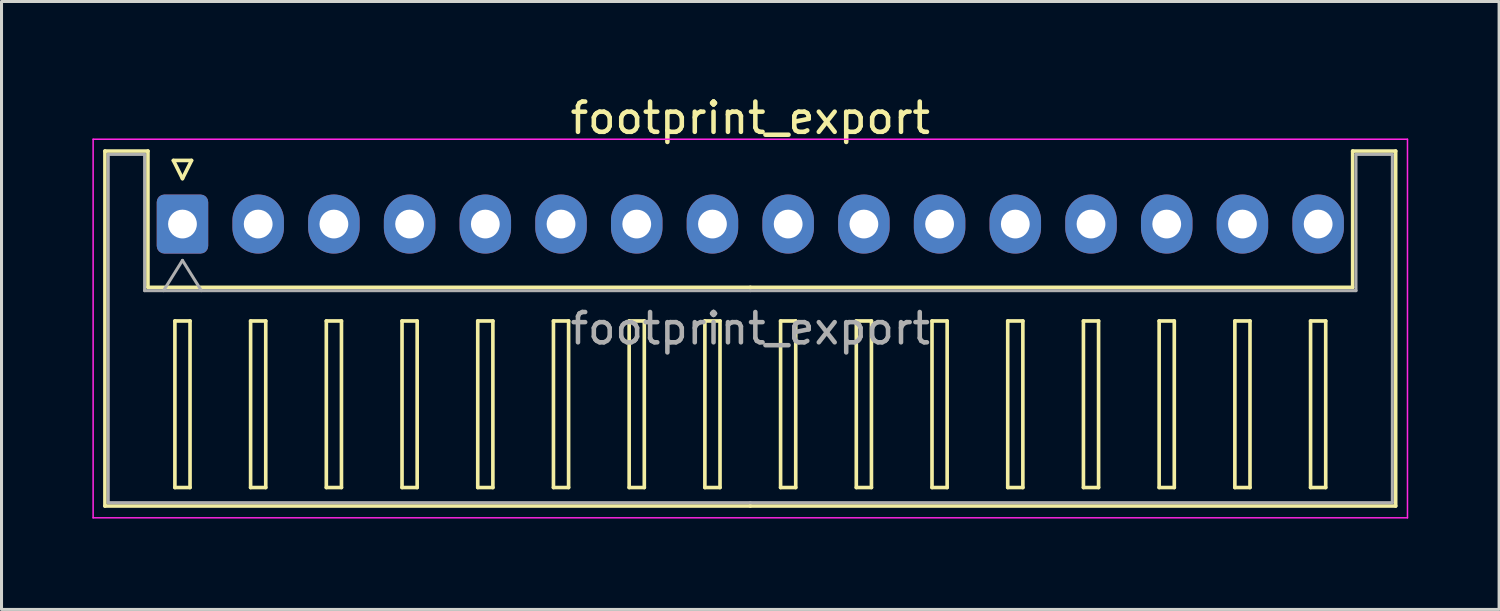
<source format=kicad_pcb>
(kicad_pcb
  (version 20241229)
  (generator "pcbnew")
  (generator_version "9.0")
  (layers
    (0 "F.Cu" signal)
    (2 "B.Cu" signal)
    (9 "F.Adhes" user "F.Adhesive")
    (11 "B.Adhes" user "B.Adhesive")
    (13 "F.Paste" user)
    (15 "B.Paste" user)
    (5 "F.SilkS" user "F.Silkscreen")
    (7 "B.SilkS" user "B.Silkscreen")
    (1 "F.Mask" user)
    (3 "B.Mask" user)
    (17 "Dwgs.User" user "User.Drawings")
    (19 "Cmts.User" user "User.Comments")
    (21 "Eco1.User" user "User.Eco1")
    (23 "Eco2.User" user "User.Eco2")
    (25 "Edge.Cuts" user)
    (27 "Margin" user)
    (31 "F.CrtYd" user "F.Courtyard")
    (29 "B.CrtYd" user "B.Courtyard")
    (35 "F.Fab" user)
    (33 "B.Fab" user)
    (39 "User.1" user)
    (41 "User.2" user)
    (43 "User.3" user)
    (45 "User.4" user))
  (footprint "footprint_export"
    (layer "F.Cu")
    (at 2.975 4.348)
    (property "Reference" "footprint_export" (at 18.75 -3.5 0) (layer "F.SilkS") (effects (font (size 1 1) (thickness 0.15))))
    (attr through_hole)
    (fp_line (start -2.56 -2.41) (end -1.14 -2.41) (stroke (width 0.12) (type solid)) (layer "F.SilkS"))
    (fp_line (start -2.56 9.31) (end -2.56 -2.41) (stroke (width 0.12) (type solid)) (layer "F.SilkS"))
    (fp_line (start -1.14 -2.41) (end -1.14 2.09) (stroke (width 0.12) (type solid)) (layer "F.SilkS"))
    (fp_line (start -1.14 2.09) (end 18.75 2.09) (stroke (width 0.12) (type solid)) (layer "F.SilkS"))
    (fp_line (start -0.3 -2.1) (end 0.3 -2.1) (stroke (width 0.12) (type solid)) (layer "F.SilkS"))
    (fp_line (start -0.25 3.2) (end -0.25 8.7) (stroke (width 0.12) (type solid)) (layer "F.SilkS"))
    (fp_line (start -0.25 8.7) (end 0.25 8.7) (stroke (width 0.12) (type solid)) (layer "F.SilkS"))
    (fp_line (start 0 -1.5) (end -0.3 -2.1) (stroke (width 0.12) (type solid)) (layer "F.SilkS"))
    (fp_line (start 0.25 3.2) (end -0.25 3.2) (stroke (width 0.12) (type solid)) (layer "F.SilkS"))
    (fp_line (start 0.25 8.7) (end 0.25 3.2) (stroke (width 0.12) (type solid)) (layer "F.SilkS"))
    (fp_line (start 0.3 -2.1) (end 0 -1.5) (stroke (width 0.12) (type solid)) (layer "F.SilkS"))
    (fp_line (start 2.25 3.2) (end 2.25 8.7) (stroke (width 0.12) (type solid)) (layer "F.SilkS"))
    (fp_line (start 2.25 8.7) (end 2.75 8.7) (stroke (width 0.12) (type solid)) (layer "F.SilkS"))
    (fp_line (start 2.75 3.2) (end 2.25 3.2) (stroke (width 0.12) (type solid)) (layer "F.SilkS"))
    (fp_line (start 2.75 8.7) (end 2.75 3.2) (stroke (width 0.12) (type solid)) (layer "F.SilkS"))
    (fp_line (start 4.75 3.2) (end 4.75 8.7) (stroke (width 0.12) (type solid)) (layer "F.SilkS"))
    (fp_line (start 4.75 8.7) (end 5.25 8.7) (stroke (width 0.12) (type solid)) (layer "F.SilkS"))
    (fp_line (start 5.25 3.2) (end 4.75 3.2) (stroke (width 0.12) (type solid)) (layer "F.SilkS"))
    (fp_line (start 5.25 8.7) (end 5.25 3.2) (stroke (width 0.12) (type solid)) (layer "F.SilkS"))
    (fp_line (start 7.25 3.2) (end 7.25 8.7) (stroke (width 0.12) (type solid)) (layer "F.SilkS"))
    (fp_line (start 7.25 8.7) (end 7.75 8.7) (stroke (width 0.12) (type solid)) (layer "F.SilkS"))
    (fp_line (start 7.75 3.2) (end 7.25 3.2) (stroke (width 0.12) (type solid)) (layer "F.SilkS"))
    (fp_line (start 7.75 8.7) (end 7.75 3.2) (stroke (width 0.12) (type solid)) (layer "F.SilkS"))
    (fp_line (start 9.75 3.2) (end 9.75 8.7) (stroke (width 0.12) (type solid)) (layer "F.SilkS"))
    (fp_line (start 9.75 8.7) (end 10.25 8.7) (stroke (width 0.12) (type solid)) (layer "F.SilkS"))
    (fp_line (start 10.25 3.2) (end 9.75 3.2) (stroke (width 0.12) (type solid)) (layer "F.SilkS"))
    (fp_line (start 10.25 8.7) (end 10.25 3.2) (stroke (width 0.12) (type solid)) (layer "F.SilkS"))
    (fp_line (start 12.25 3.2) (end 12.25 8.7) (stroke (width 0.12) (type solid)) (layer "F.SilkS"))
    (fp_line (start 12.25 8.7) (end 12.75 8.7) (stroke (width 0.12) (type solid)) (layer "F.SilkS"))
    (fp_line (start 12.75 3.2) (end 12.25 3.2) (stroke (width 0.12) (type solid)) (layer "F.SilkS"))
    (fp_line (start 12.75 8.7) (end 12.75 3.2) (stroke (width 0.12) (type solid)) (layer "F.SilkS"))
    (fp_line (start 14.75 3.2) (end 14.75 8.7) (stroke (width 0.12) (type solid)) (layer "F.SilkS"))
    (fp_line (start 14.75 8.7) (end 15.25 8.7) (stroke (width 0.12) (type solid)) (layer "F.SilkS"))
    (fp_line (start 15.25 3.2) (end 14.75 3.2) (stroke (width 0.12) (type solid)) (layer "F.SilkS"))
    (fp_line (start 15.25 8.7) (end 15.25 3.2) (stroke (width 0.12) (type solid)) (layer "F.SilkS"))
    (fp_line (start 17.25 3.2) (end 17.25 8.7) (stroke (width 0.12) (type solid)) (layer "F.SilkS"))
    (fp_line (start 17.25 8.7) (end 17.75 8.7) (stroke (width 0.12) (type solid)) (layer "F.SilkS"))
    (fp_line (start 17.75 3.2) (end 17.25 3.2) (stroke (width 0.12) (type solid)) (layer "F.SilkS"))
    (fp_line (start 17.75 8.7) (end 17.75 3.2) (stroke (width 0.12) (type solid)) (layer "F.SilkS"))
    (fp_line (start 18.75 9.31) (end -2.56 9.31) (stroke (width 0.12) (type solid)) (layer "F.SilkS"))
    (fp_line (start 18.75 9.31) (end 40.06 9.31) (stroke (width 0.12) (type solid)) (layer "F.SilkS"))
    (fp_line (start 19.75 3.2) (end 19.75 8.7) (stroke (width 0.12) (type solid)) (layer "F.SilkS"))
    (fp_line (start 19.75 8.7) (end 20.25 8.7) (stroke (width 0.12) (type solid)) (layer "F.SilkS"))
    (fp_line (start 20.25 3.2) (end 19.75 3.2) (stroke (width 0.12) (type solid)) (layer "F.SilkS"))
    (fp_line (start 20.25 8.7) (end 20.25 3.2) (stroke (width 0.12) (type solid)) (layer "F.SilkS"))
    (fp_line (start 22.25 3.2) (end 22.25 8.7) (stroke (width 0.12) (type solid)) (layer "F.SilkS"))
    (fp_line (start 22.25 8.7) (end 22.75 8.7) (stroke (width 0.12) (type solid)) (layer "F.SilkS"))
    (fp_line (start 22.75 3.2) (end 22.25 3.2) (stroke (width 0.12) (type solid)) (layer "F.SilkS"))
    (fp_line (start 22.75 8.7) (end 22.75 3.2) (stroke (width 0.12) (type solid)) (layer "F.SilkS"))
    (fp_line (start 24.75 3.2) (end 24.75 8.7) (stroke (width 0.12) (type solid)) (layer "F.SilkS"))
    (fp_line (start 24.75 8.7) (end 25.25 8.7) (stroke (width 0.12) (type solid)) (layer "F.SilkS"))
    (fp_line (start 25.25 3.2) (end 24.75 3.2) (stroke (width 0.12) (type solid)) (layer "F.SilkS"))
    (fp_line (start 25.25 8.7) (end 25.25 3.2) (stroke (width 0.12) (type solid)) (layer "F.SilkS"))
    (fp_line (start 27.25 3.2) (end 27.25 8.7) (stroke (width 0.12) (type solid)) (layer "F.SilkS"))
    (fp_line (start 27.25 8.7) (end 27.75 8.7) (stroke (width 0.12) (type solid)) (layer "F.SilkS"))
    (fp_line (start 27.75 3.2) (end 27.25 3.2) (stroke (width 0.12) (type solid)) (layer "F.SilkS"))
    (fp_line (start 27.75 8.7) (end 27.75 3.2) (stroke (width 0.12) (type solid)) (layer "F.SilkS"))
    (fp_line (start 29.75 3.2) (end 29.75 8.7) (stroke (width 0.12) (type solid)) (layer "F.SilkS"))
    (fp_line (start 29.75 8.7) (end 30.25 8.7) (stroke (width 0.12) (type solid)) (layer "F.SilkS"))
    (fp_line (start 30.25 3.2) (end 29.75 3.2) (stroke (width 0.12) (type solid)) (layer "F.SilkS"))
    (fp_line (start 30.25 8.7) (end 30.25 3.2) (stroke (width 0.12) (type solid)) (layer "F.SilkS"))
    (fp_line (start 32.25 3.2) (end 32.25 8.7) (stroke (width 0.12) (type solid)) (layer "F.SilkS"))
    (fp_line (start 32.25 8.7) (end 32.75 8.7) (stroke (width 0.12) (type solid)) (layer "F.SilkS"))
    (fp_line (start 32.75 3.2) (end 32.25 3.2) (stroke (width 0.12) (type solid)) (layer "F.SilkS"))
    (fp_line (start 32.75 8.7) (end 32.75 3.2) (stroke (width 0.12) (type solid)) (layer "F.SilkS"))
    (fp_line (start 34.75 3.2) (end 34.75 8.7) (stroke (width 0.12) (type solid)) (layer "F.SilkS"))
    (fp_line (start 34.75 8.7) (end 35.25 8.7) (stroke (width 0.12) (type solid)) (layer "F.SilkS"))
    (fp_line (start 35.25 3.2) (end 34.75 3.2) (stroke (width 0.12) (type solid)) (layer "F.SilkS"))
    (fp_line (start 35.25 8.7) (end 35.25 3.2) (stroke (width 0.12) (type solid)) (layer "F.SilkS"))
    (fp_line (start 37.25 3.2) (end 37.25 8.7) (stroke (width 0.12) (type solid)) (layer "F.SilkS"))
    (fp_line (start 37.25 8.7) (end 37.75 8.7) (stroke (width 0.12) (type solid)) (layer "F.SilkS"))
    (fp_line (start 37.75 3.2) (end 37.25 3.2) (stroke (width 0.12) (type solid)) (layer "F.SilkS"))
    (fp_line (start 37.75 8.7) (end 37.75 3.2) (stroke (width 0.12) (type solid)) (layer "F.SilkS"))
    (fp_line (start 38.64 -2.41) (end 38.64 2.09) (stroke (width 0.12) (type solid)) (layer "F.SilkS"))
    (fp_line (start 38.64 2.09) (end 18.75 2.09) (stroke (width 0.12) (type solid)) (layer "F.SilkS"))
    (fp_line (start 40.06 -2.41) (end 38.64 -2.41) (stroke (width 0.12) (type solid)) (layer "F.SilkS"))
    (fp_line (start 40.06 9.31) (end 40.06 -2.41) (stroke (width 0.12) (type solid)) (layer "F.SilkS"))
    (fp_line (start -2.95 -2.8) (end -2.95 9.7) (stroke (width 0.05) (type solid)) (layer "F.CrtYd"))
    (fp_line (start -2.95 9.7) (end 40.45 9.7) (stroke (width 0.05) (type solid)) (layer "F.CrtYd"))
    (fp_line (start 40.45 -2.8) (end -2.95 -2.8) (stroke (width 0.05) (type solid)) (layer "F.CrtYd"))
    (fp_line (start 40.45 9.7) (end 40.45 -2.8) (stroke (width 0.05) (type solid)) (layer "F.CrtYd"))
    (fp_line (start -2.45 -2.3) (end -1.25 -2.3) (stroke (width 0.1) (type solid)) (layer "F.Fab"))
    (fp_line (start -2.45 9.2) (end -2.45 -2.3) (stroke (width 0.1) (type solid)) (layer "F.Fab"))
    (fp_line (start -1.25 -2.3) (end -1.25 2.2) (stroke (width 0.1) (type solid)) (layer "F.Fab"))
    (fp_line (start -1.25 2.2) (end 18.75 2.2) (stroke (width 0.1) (type solid)) (layer "F.Fab"))
    (fp_line (start -0.625 2.2) (end 0 1.2) (stroke (width 0.1) (type solid)) (layer "F.Fab"))
    (fp_line (start 0 1.2) (end 0.625 2.2) (stroke (width 0.1) (type solid)) (layer "F.Fab"))
    (fp_line (start 18.75 9.2) (end -2.45 9.2) (stroke (width 0.1) (type solid)) (layer "F.Fab"))
    (fp_line (start 18.75 9.2) (end 39.95 9.2) (stroke (width 0.1) (type solid)) (layer "F.Fab"))
    (fp_line (start 38.75 -2.3) (end 38.75 2.2) (stroke (width 0.1) (type solid)) (layer "F.Fab"))
    (fp_line (start 38.75 2.2) (end 18.75 2.2) (stroke (width 0.1) (type solid)) (layer "F.Fab"))
    (fp_line (start 39.95 -2.3) (end 38.75 -2.3) (stroke (width 0.1) (type solid)) (layer "F.Fab"))
    (fp_line (start 39.95 9.2) (end 39.95 -2.3) (stroke (width 0.1) (type solid)) (layer "F.Fab"))
    (fp_text user "${REFERENCE}" (at 18.75 3.45 0) (layer "F.Fab") (effects (font (size 1 1) (thickness 0.15))))
    (pad "1" thru_hole roundrect (at 0 0) (size 1.7 1.95) (drill 0.95) (layers "*.Cu" "*.Mask") (roundrect_rratio 0.147))
    (pad "2" thru_hole oval (at 2.5 0) (size 1.7 1.95) (drill 0.95) (layers "*.Cu" "*.Mask"))
    (pad "3" thru_hole oval (at 5 0) (size 1.7 1.95) (drill 0.95) (layers "*.Cu" "*.Mask"))
    (pad "4" thru_hole oval (at 7.5 0) (size 1.7 1.95) (drill 0.95) (layers "*.Cu" "*.Mask"))
    (pad "5" thru_hole oval (at 10 0) (size 1.7 1.95) (drill 0.95) (layers "*.Cu" "*.Mask"))
    (pad "6" thru_hole oval (at 12.5 0) (size 1.7 1.95) (drill 0.95) (layers "*.Cu" "*.Mask"))
    (pad "7" thru_hole oval (at 15 0) (size 1.7 1.95) (drill 0.95) (layers "*.Cu" "*.Mask"))
    (pad "8" thru_hole oval (at 17.5 0) (size 1.7 1.95) (drill 0.95) (layers "*.Cu" "*.Mask"))
    (pad "9" thru_hole oval (at 20 0) (size 1.7 1.95) (drill 0.95) (layers "*.Cu" "*.Mask"))
    (pad "10" thru_hole oval (at 22.5 0) (size 1.7 1.95) (drill 0.95) (layers "*.Cu" "*.Mask"))
    (pad "11" thru_hole oval (at 25 0) (size 1.7 1.95) (drill 0.95) (layers "*.Cu" "*.Mask"))
    (pad "12" thru_hole oval (at 27.5 0) (size 1.7 1.95) (drill 0.95) (layers "*.Cu" "*.Mask"))
    (pad "13" thru_hole oval (at 30 0) (size 1.7 1.95) (drill 0.95) (layers "*.Cu" "*.Mask"))
    (pad "14" thru_hole oval (at 32.5 0) (size 1.7 1.95) (drill 0.95) (layers "*.Cu" "*.Mask"))
    (pad "15" thru_hole oval (at 35 0) (size 1.7 1.95) (drill 0.95) (layers "*.Cu" "*.Mask"))
    (pad "16" thru_hole oval (at 37.5 0) (size 1.7 1.95) (drill 0.95) (layers "*.Cu" "*.Mask")))
  (gr_rect
    (start -3 -3)
    (end 46.45 17.073)
    (stroke (width 0.1) (type default))
    (fill no)
    (layer "Edge.Cuts")))
</source>
